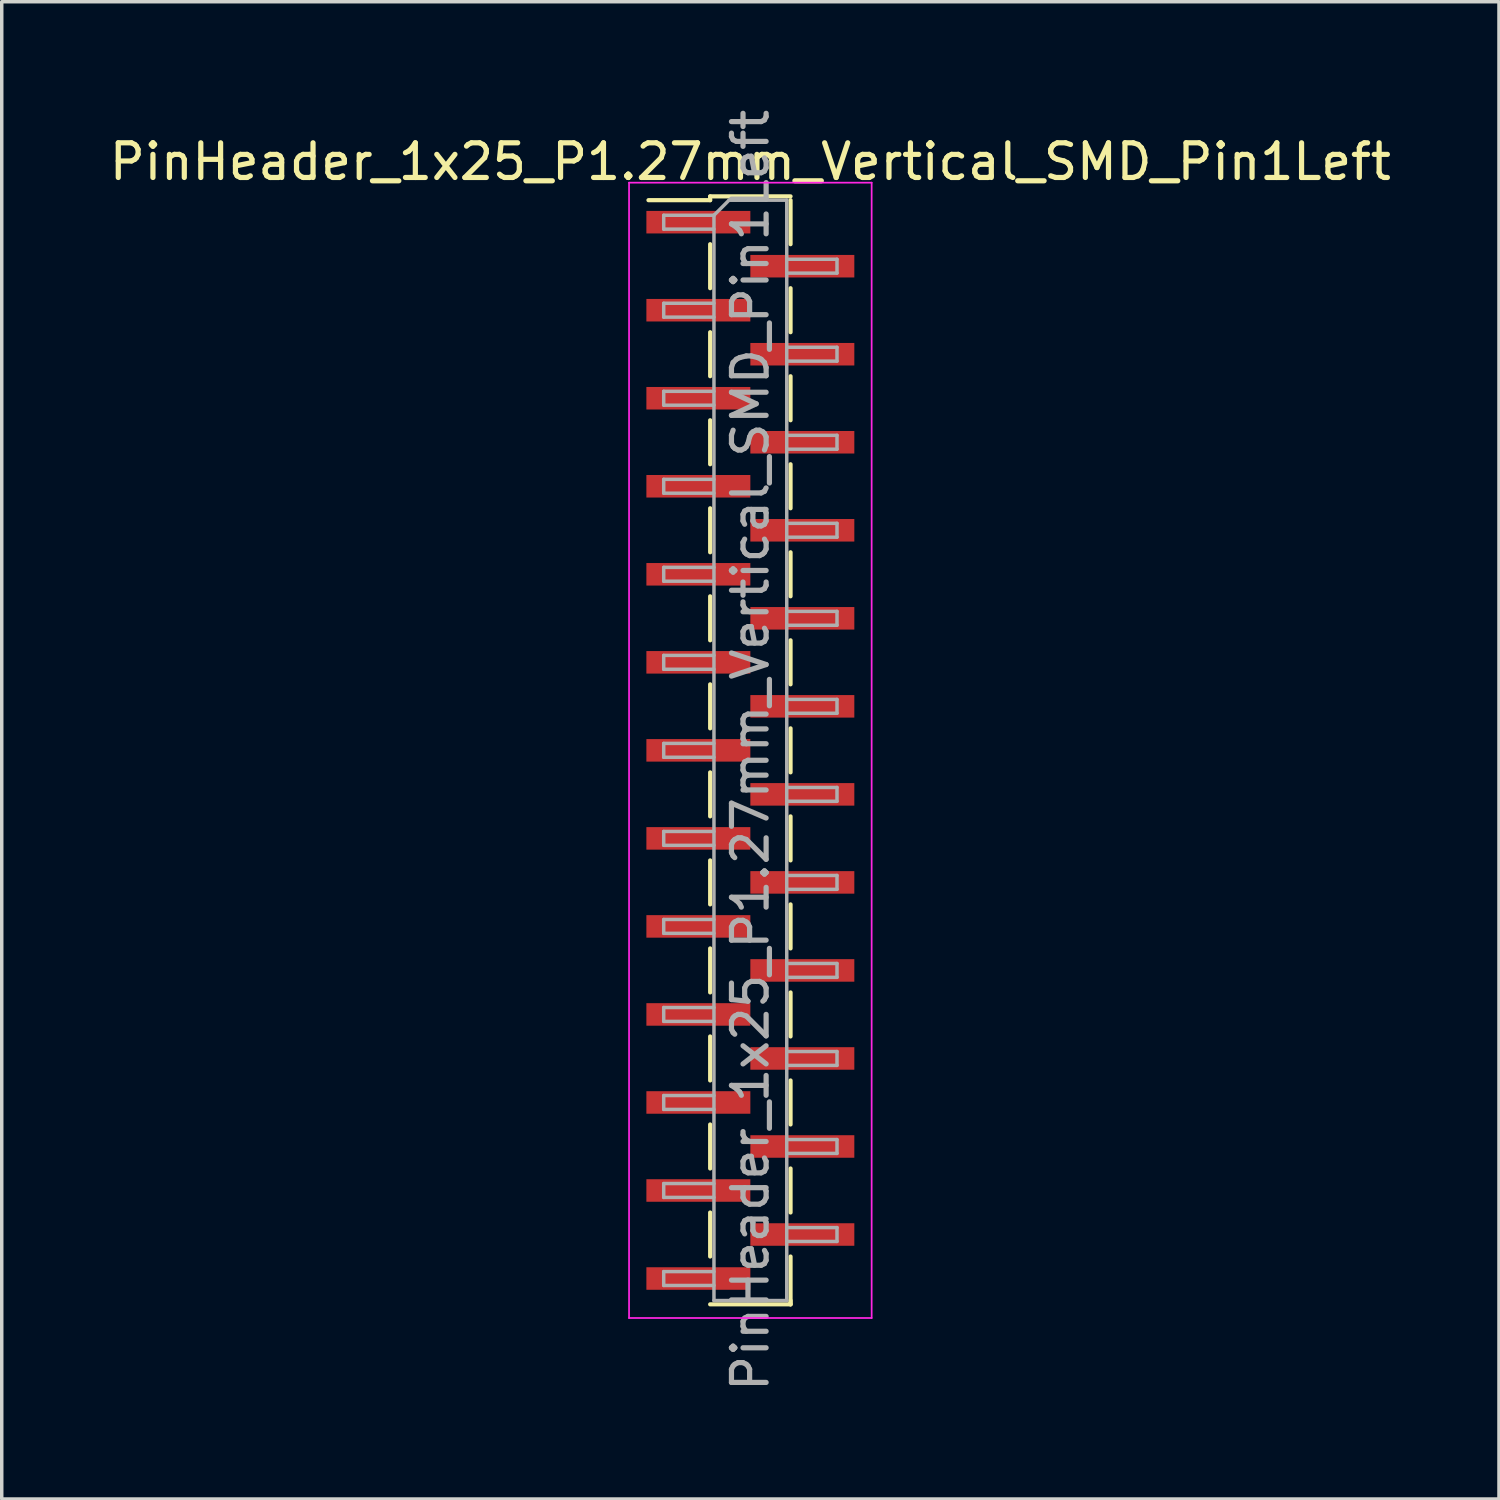
<source format=kicad_pcb>
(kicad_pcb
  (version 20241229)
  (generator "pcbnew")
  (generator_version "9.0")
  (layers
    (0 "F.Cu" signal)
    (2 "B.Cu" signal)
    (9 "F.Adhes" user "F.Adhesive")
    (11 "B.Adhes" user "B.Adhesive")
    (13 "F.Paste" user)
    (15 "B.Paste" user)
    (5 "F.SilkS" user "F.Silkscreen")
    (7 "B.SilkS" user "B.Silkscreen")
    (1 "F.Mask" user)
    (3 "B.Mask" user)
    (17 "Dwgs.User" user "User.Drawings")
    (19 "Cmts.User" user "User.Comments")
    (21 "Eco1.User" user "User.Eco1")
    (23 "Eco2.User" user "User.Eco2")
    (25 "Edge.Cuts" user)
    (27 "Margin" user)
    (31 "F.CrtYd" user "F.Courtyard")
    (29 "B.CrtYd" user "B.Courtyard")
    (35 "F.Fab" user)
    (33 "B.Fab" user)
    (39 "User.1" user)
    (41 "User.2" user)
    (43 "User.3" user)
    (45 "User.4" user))
  (footprint "PinHeader_1x25_P1.27mm_Vertical_SMD_Pin1Left"
    (layer "F.Cu")
    (at 18.601 18.601)
    (property "Reference" "PinHeader_1x25_P1.27mm_Vertical_SMD_Pin1Left" (at 0 -16.985 0) (layer "F.SilkS") (effects (font (size 1 1) (thickness 0.15))))
    (attr smd)
    (fp_line (start -1.16 -15.985) (end -1.16 -15.875) (stroke (width 0.12) (type solid)) (layer "F.SilkS"))
    (fp_line (start -1.16 -15.985) (end 1.16 -15.985) (stroke (width 0.12) (type solid)) (layer "F.SilkS"))
    (fp_line (start -1.16 -15.875) (end -2.94 -15.875) (stroke (width 0.12) (type solid)) (layer "F.SilkS"))
    (fp_line (start -1.16 -14.605) (end -1.16 -13.335) (stroke (width 0.12) (type solid)) (layer "F.SilkS"))
    (fp_line (start -1.16 -12.065) (end -1.16 -10.795) (stroke (width 0.12) (type solid)) (layer "F.SilkS"))
    (fp_line (start -1.16 -9.525) (end -1.16 -8.255) (stroke (width 0.12) (type solid)) (layer "F.SilkS"))
    (fp_line (start -1.16 -6.985) (end -1.16 -5.715) (stroke (width 0.12) (type solid)) (layer "F.SilkS"))
    (fp_line (start -1.16 -4.445) (end -1.16 -3.175) (stroke (width 0.12) (type solid)) (layer "F.SilkS"))
    (fp_line (start -1.16 -1.905) (end -1.16 -0.635) (stroke (width 0.12) (type solid)) (layer "F.SilkS"))
    (fp_line (start -1.16 0.635) (end -1.16 1.905) (stroke (width 0.12) (type solid)) (layer "F.SilkS"))
    (fp_line (start -1.16 3.175) (end -1.16 4.445) (stroke (width 0.12) (type solid)) (layer "F.SilkS"))
    (fp_line (start -1.16 5.715) (end -1.16 6.985) (stroke (width 0.12) (type solid)) (layer "F.SilkS"))
    (fp_line (start -1.16 8.255) (end -1.16 9.525) (stroke (width 0.12) (type solid)) (layer "F.SilkS"))
    (fp_line (start -1.16 10.795) (end -1.16 12.065) (stroke (width 0.12) (type solid)) (layer "F.SilkS"))
    (fp_line (start -1.16 13.335) (end -1.16 14.605) (stroke (width 0.12) (type solid)) (layer "F.SilkS"))
    (fp_line (start -1.16 15.985) (end 1.16 15.985) (stroke (width 0.12) (type solid)) (layer "F.SilkS"))
    (fp_line (start 1.16 -15.875) (end 1.16 -14.605) (stroke (width 0.12) (type solid)) (layer "F.SilkS"))
    (fp_line (start 1.16 -13.335) (end 1.16 -12.065) (stroke (width 0.12) (type solid)) (layer "F.SilkS"))
    (fp_line (start 1.16 -10.795) (end 1.16 -9.525) (stroke (width 0.12) (type solid)) (layer "F.SilkS"))
    (fp_line (start 1.16 -8.255) (end 1.16 -6.985) (stroke (width 0.12) (type solid)) (layer "F.SilkS"))
    (fp_line (start 1.16 -5.715) (end 1.16 -4.445) (stroke (width 0.12) (type solid)) (layer "F.SilkS"))
    (fp_line (start 1.16 -3.175) (end 1.16 -1.905) (stroke (width 0.12) (type solid)) (layer "F.SilkS"))
    (fp_line (start 1.16 -0.635) (end 1.16 0.635) (stroke (width 0.12) (type solid)) (layer "F.SilkS"))
    (fp_line (start 1.16 1.905) (end 1.16 3.175) (stroke (width 0.12) (type solid)) (layer "F.SilkS"))
    (fp_line (start 1.16 4.445) (end 1.16 5.715) (stroke (width 0.12) (type solid)) (layer "F.SilkS"))
    (fp_line (start 1.16 6.985) (end 1.16 8.255) (stroke (width 0.12) (type solid)) (layer "F.SilkS"))
    (fp_line (start 1.16 9.525) (end 1.16 10.795) (stroke (width 0.12) (type solid)) (layer "F.SilkS"))
    (fp_line (start 1.16 12.065) (end 1.16 13.335) (stroke (width 0.12) (type solid)) (layer "F.SilkS"))
    (fp_line (start 1.16 14.605) (end 1.16 15.985) (stroke (width 0.12) (type solid)) (layer "F.SilkS"))
    (fp_line (start 1.16 15.875) (end 1.16 15.985) (stroke (width 0.12) (type solid)) (layer "F.SilkS"))
    (fp_line (start -3.5 -16.38) (end -3.5 16.38) (stroke (width 0.05) (type solid)) (layer "F.CrtYd"))
    (fp_line (start -3.5 16.38) (end 3.5 16.38) (stroke (width 0.05) (type solid)) (layer "F.CrtYd"))
    (fp_line (start 3.5 -16.38) (end -3.5 -16.38) (stroke (width 0.05) (type solid)) (layer "F.CrtYd"))
    (fp_line (start 3.5 16.38) (end 3.5 -16.38) (stroke (width 0.05) (type solid)) (layer "F.CrtYd"))
    (fp_line (start -2.5 -15.44) (end -2.5 -15.04) (stroke (width 0.1) (type solid)) (layer "F.Fab"))
    (fp_line (start -2.5 -15.04) (end -1.05 -15.04) (stroke (width 0.1) (type solid)) (layer "F.Fab"))
    (fp_line (start -2.5 -12.9) (end -2.5 -12.5) (stroke (width 0.1) (type solid)) (layer "F.Fab"))
    (fp_line (start -2.5 -12.5) (end -1.05 -12.5) (stroke (width 0.1) (type solid)) (layer "F.Fab"))
    (fp_line (start -2.5 -10.36) (end -2.5 -9.96) (stroke (width 0.1) (type solid)) (layer "F.Fab"))
    (fp_line (start -2.5 -9.96) (end -1.05 -9.96) (stroke (width 0.1) (type solid)) (layer "F.Fab"))
    (fp_line (start -2.5 -7.82) (end -2.5 -7.42) (stroke (width 0.1) (type solid)) (layer "F.Fab"))
    (fp_line (start -2.5 -7.42) (end -1.05 -7.42) (stroke (width 0.1) (type solid)) (layer "F.Fab"))
    (fp_line (start -2.5 -5.28) (end -2.5 -4.88) (stroke (width 0.1) (type solid)) (layer "F.Fab"))
    (fp_line (start -2.5 -4.88) (end -1.05 -4.88) (stroke (width 0.1) (type solid)) (layer "F.Fab"))
    (fp_line (start -2.5 -2.74) (end -2.5 -2.34) (stroke (width 0.1) (type solid)) (layer "F.Fab"))
    (fp_line (start -2.5 -2.34) (end -1.05 -2.34) (stroke (width 0.1) (type solid)) (layer "F.Fab"))
    (fp_line (start -2.5 -0.2) (end -2.5 0.2) (stroke (width 0.1) (type solid)) (layer "F.Fab"))
    (fp_line (start -2.5 0.2) (end -1.05 0.2) (stroke (width 0.1) (type solid)) (layer "F.Fab"))
    (fp_line (start -2.5 2.34) (end -2.5 2.74) (stroke (width 0.1) (type solid)) (layer "F.Fab"))
    (fp_line (start -2.5 2.74) (end -1.05 2.74) (stroke (width 0.1) (type solid)) (layer "F.Fab"))
    (fp_line (start -2.5 4.88) (end -2.5 5.28) (stroke (width 0.1) (type solid)) (layer "F.Fab"))
    (fp_line (start -2.5 5.28) (end -1.05 5.28) (stroke (width 0.1) (type solid)) (layer "F.Fab"))
    (fp_line (start -2.5 7.42) (end -2.5 7.82) (stroke (width 0.1) (type solid)) (layer "F.Fab"))
    (fp_line (start -2.5 7.82) (end -1.05 7.82) (stroke (width 0.1) (type solid)) (layer "F.Fab"))
    (fp_line (start -2.5 9.96) (end -2.5 10.36) (stroke (width 0.1) (type solid)) (layer "F.Fab"))
    (fp_line (start -2.5 10.36) (end -1.05 10.36) (stroke (width 0.1) (type solid)) (layer "F.Fab"))
    (fp_line (start -2.5 12.5) (end -2.5 12.9) (stroke (width 0.1) (type solid)) (layer "F.Fab"))
    (fp_line (start -2.5 12.9) (end -1.05 12.9) (stroke (width 0.1) (type solid)) (layer "F.Fab"))
    (fp_line (start -2.5 15.04) (end -2.5 15.44) (stroke (width 0.1) (type solid)) (layer "F.Fab"))
    (fp_line (start -2.5 15.44) (end -1.05 15.44) (stroke (width 0.1) (type solid)) (layer "F.Fab"))
    (fp_line (start -1.05 -15.44) (end -2.5 -15.44) (stroke (width 0.1) (type solid)) (layer "F.Fab"))
    (fp_line (start -1.05 -15.44) (end -0.615 -15.875) (stroke (width 0.1) (type solid)) (layer "F.Fab"))
    (fp_line (start -1.05 -12.9) (end -2.5 -12.9) (stroke (width 0.1) (type solid)) (layer "F.Fab"))
    (fp_line (start -1.05 -10.36) (end -2.5 -10.36) (stroke (width 0.1) (type solid)) (layer "F.Fab"))
    (fp_line (start -1.05 -7.82) (end -2.5 -7.82) (stroke (width 0.1) (type solid)) (layer "F.Fab"))
    (fp_line (start -1.05 -5.28) (end -2.5 -5.28) (stroke (width 0.1) (type solid)) (layer "F.Fab"))
    (fp_line (start -1.05 -2.74) (end -2.5 -2.74) (stroke (width 0.1) (type solid)) (layer "F.Fab"))
    (fp_line (start -1.05 -0.2) (end -2.5 -0.2) (stroke (width 0.1) (type solid)) (layer "F.Fab"))
    (fp_line (start -1.05 2.34) (end -2.5 2.34) (stroke (width 0.1) (type solid)) (layer "F.Fab"))
    (fp_line (start -1.05 4.88) (end -2.5 4.88) (stroke (width 0.1) (type solid)) (layer "F.Fab"))
    (fp_line (start -1.05 7.42) (end -2.5 7.42) (stroke (width 0.1) (type solid)) (layer "F.Fab"))
    (fp_line (start -1.05 9.96) (end -2.5 9.96) (stroke (width 0.1) (type solid)) (layer "F.Fab"))
    (fp_line (start -1.05 12.5) (end -2.5 12.5) (stroke (width 0.1) (type solid)) (layer "F.Fab"))
    (fp_line (start -1.05 15.04) (end -2.5 15.04) (stroke (width 0.1) (type solid)) (layer "F.Fab"))
    (fp_line (start -1.05 15.875) (end -1.05 -15.44) (stroke (width 0.1) (type solid)) (layer "F.Fab"))
    (fp_line (start -0.615 -15.875) (end 1.05 -15.875) (stroke (width 0.1) (type solid)) (layer "F.Fab"))
    (fp_line (start 1.05 -15.875) (end 1.05 15.875) (stroke (width 0.1) (type solid)) (layer "F.Fab"))
    (fp_line (start 1.05 -14.17) (end 2.5 -14.17) (stroke (width 0.1) (type solid)) (layer "F.Fab"))
    (fp_line (start 1.05 -11.63) (end 2.5 -11.63) (stroke (width 0.1) (type solid)) (layer "F.Fab"))
    (fp_line (start 1.05 -9.09) (end 2.5 -9.09) (stroke (width 0.1) (type solid)) (layer "F.Fab"))
    (fp_line (start 1.05 -6.55) (end 2.5 -6.55) (stroke (width 0.1) (type solid)) (layer "F.Fab"))
    (fp_line (start 1.05 -4.01) (end 2.5 -4.01) (stroke (width 0.1) (type solid)) (layer "F.Fab"))
    (fp_line (start 1.05 -1.47) (end 2.5 -1.47) (stroke (width 0.1) (type solid)) (layer "F.Fab"))
    (fp_line (start 1.05 1.07) (end 2.5 1.07) (stroke (width 0.1) (type solid)) (layer "F.Fab"))
    (fp_line (start 1.05 3.61) (end 2.5 3.61) (stroke (width 0.1) (type solid)) (layer "F.Fab"))
    (fp_line (start 1.05 6.15) (end 2.5 6.15) (stroke (width 0.1) (type solid)) (layer "F.Fab"))
    (fp_line (start 1.05 8.69) (end 2.5 8.69) (stroke (width 0.1) (type solid)) (layer "F.Fab"))
    (fp_line (start 1.05 11.23) (end 2.5 11.23) (stroke (width 0.1) (type solid)) (layer "F.Fab"))
    (fp_line (start 1.05 13.77) (end 2.5 13.77) (stroke (width 0.1) (type solid)) (layer "F.Fab"))
    (fp_line (start 1.05 15.875) (end -1.05 15.875) (stroke (width 0.1) (type solid)) (layer "F.Fab"))
    (fp_line (start 2.5 -14.17) (end 2.5 -13.77) (stroke (width 0.1) (type solid)) (layer "F.Fab"))
    (fp_line (start 2.5 -13.77) (end 1.05 -13.77) (stroke (width 0.1) (type solid)) (layer "F.Fab"))
    (fp_line (start 2.5 -11.63) (end 2.5 -11.23) (stroke (width 0.1) (type solid)) (layer "F.Fab"))
    (fp_line (start 2.5 -11.23) (end 1.05 -11.23) (stroke (width 0.1) (type solid)) (layer "F.Fab"))
    (fp_line (start 2.5 -9.09) (end 2.5 -8.69) (stroke (width 0.1) (type solid)) (layer "F.Fab"))
    (fp_line (start 2.5 -8.69) (end 1.05 -8.69) (stroke (width 0.1) (type solid)) (layer "F.Fab"))
    (fp_line (start 2.5 -6.55) (end 2.5 -6.15) (stroke (width 0.1) (type solid)) (layer "F.Fab"))
    (fp_line (start 2.5 -6.15) (end 1.05 -6.15) (stroke (width 0.1) (type solid)) (layer "F.Fab"))
    (fp_line (start 2.5 -4.01) (end 2.5 -3.61) (stroke (width 0.1) (type solid)) (layer "F.Fab"))
    (fp_line (start 2.5 -3.61) (end 1.05 -3.61) (stroke (width 0.1) (type solid)) (layer "F.Fab"))
    (fp_line (start 2.5 -1.47) (end 2.5 -1.07) (stroke (width 0.1) (type solid)) (layer "F.Fab"))
    (fp_line (start 2.5 -1.07) (end 1.05 -1.07) (stroke (width 0.1) (type solid)) (layer "F.Fab"))
    (fp_line (start 2.5 1.07) (end 2.5 1.47) (stroke (width 0.1) (type solid)) (layer "F.Fab"))
    (fp_line (start 2.5 1.47) (end 1.05 1.47) (stroke (width 0.1) (type solid)) (layer "F.Fab"))
    (fp_line (start 2.5 3.61) (end 2.5 4.01) (stroke (width 0.1) (type solid)) (layer "F.Fab"))
    (fp_line (start 2.5 4.01) (end 1.05 4.01) (stroke (width 0.1) (type solid)) (layer "F.Fab"))
    (fp_line (start 2.5 6.15) (end 2.5 6.55) (stroke (width 0.1) (type solid)) (layer "F.Fab"))
    (fp_line (start 2.5 6.55) (end 1.05 6.55) (stroke (width 0.1) (type solid)) (layer "F.Fab"))
    (fp_line (start 2.5 8.69) (end 2.5 9.09) (stroke (width 0.1) (type solid)) (layer "F.Fab"))
    (fp_line (start 2.5 9.09) (end 1.05 9.09) (stroke (width 0.1) (type solid)) (layer "F.Fab"))
    (fp_line (start 2.5 11.23) (end 2.5 11.63) (stroke (width 0.1) (type solid)) (layer "F.Fab"))
    (fp_line (start 2.5 11.63) (end 1.05 11.63) (stroke (width 0.1) (type solid)) (layer "F.Fab"))
    (fp_line (start 2.5 13.77) (end 2.5 14.17) (stroke (width 0.1) (type solid)) (layer "F.Fab"))
    (fp_line (start 2.5 14.17) (end 1.05 14.17) (stroke (width 0.1) (type solid)) (layer "F.Fab"))
    (fp_text user "${REFERENCE}" (at 0 0 90) (layer "F.Fab") (effects (font (size 1 1) (thickness 0.15))))
    (pad "1" smd rect (at -1.5 -15.24) (size 3 0.65) (layers "F.Cu" "F.Mask" "F.Paste"))
    (pad "2" smd rect (at 1.5 -13.97) (size 3 0.65) (layers "F.Cu" "F.Mask" "F.Paste"))
    (pad "3" smd rect (at -1.5 -12.7) (size 3 0.65) (layers "F.Cu" "F.Mask" "F.Paste"))
    (pad "4" smd rect (at 1.5 -11.43) (size 3 0.65) (layers "F.Cu" "F.Mask" "F.Paste"))
    (pad "5" smd rect (at -1.5 -10.16) (size 3 0.65) (layers "F.Cu" "F.Mask" "F.Paste"))
    (pad "6" smd rect (at 1.5 -8.89) (size 3 0.65) (layers "F.Cu" "F.Mask" "F.Paste"))
    (pad "7" smd rect (at -1.5 -7.62) (size 3 0.65) (layers "F.Cu" "F.Mask" "F.Paste"))
    (pad "8" smd rect (at 1.5 -6.35) (size 3 0.65) (layers "F.Cu" "F.Mask" "F.Paste"))
    (pad "9" smd rect (at -1.5 -5.08) (size 3 0.65) (layers "F.Cu" "F.Mask" "F.Paste"))
    (pad "10" smd rect (at 1.5 -3.81) (size 3 0.65) (layers "F.Cu" "F.Mask" "F.Paste"))
    (pad "11" smd rect (at -1.5 -2.54) (size 3 0.65) (layers "F.Cu" "F.Mask" "F.Paste"))
    (pad "12" smd rect (at 1.5 -1.27) (size 3 0.65) (layers "F.Cu" "F.Mask" "F.Paste"))
    (pad "13" smd rect (at -1.5 0) (size 3 0.65) (layers "F.Cu" "F.Mask" "F.Paste"))
    (pad "14" smd rect (at 1.5 1.27) (size 3 0.65) (layers "F.Cu" "F.Mask" "F.Paste"))
    (pad "15" smd rect (at -1.5 2.54) (size 3 0.65) (layers "F.Cu" "F.Mask" "F.Paste"))
    (pad "16" smd rect (at 1.5 3.81) (size 3 0.65) (layers "F.Cu" "F.Mask" "F.Paste"))
    (pad "17" smd rect (at -1.5 5.08) (size 3 0.65) (layers "F.Cu" "F.Mask" "F.Paste"))
    (pad "18" smd rect (at 1.5 6.35) (size 3 0.65) (layers "F.Cu" "F.Mask" "F.Paste"))
    (pad "19" smd rect (at -1.5 7.62) (size 3 0.65) (layers "F.Cu" "F.Mask" "F.Paste"))
    (pad "20" smd rect (at 1.5 8.89) (size 3 0.65) (layers "F.Cu" "F.Mask" "F.Paste"))
    (pad "21" smd rect (at -1.5 10.16) (size 3 0.65) (layers "F.Cu" "F.Mask" "F.Paste"))
    (pad "22" smd rect (at 1.5 11.43) (size 3 0.65) (layers "F.Cu" "F.Mask" "F.Paste"))
    (pad "23" smd rect (at -1.5 12.7) (size 3 0.65) (layers "F.Cu" "F.Mask" "F.Paste"))
    (pad "24" smd rect (at 1.5 13.97) (size 3 0.65) (layers "F.Cu" "F.Mask" "F.Paste"))
    (pad "25" smd rect (at -1.5 15.24) (size 3 0.65) (layers "F.Cu" "F.Mask" "F.Paste")))
  (gr_rect
    (start -3 -3)
    (end 40.202 40.202)
    (stroke (width 0.1) (type default))
    (fill no)
    (layer "Edge.Cuts")))
</source>
